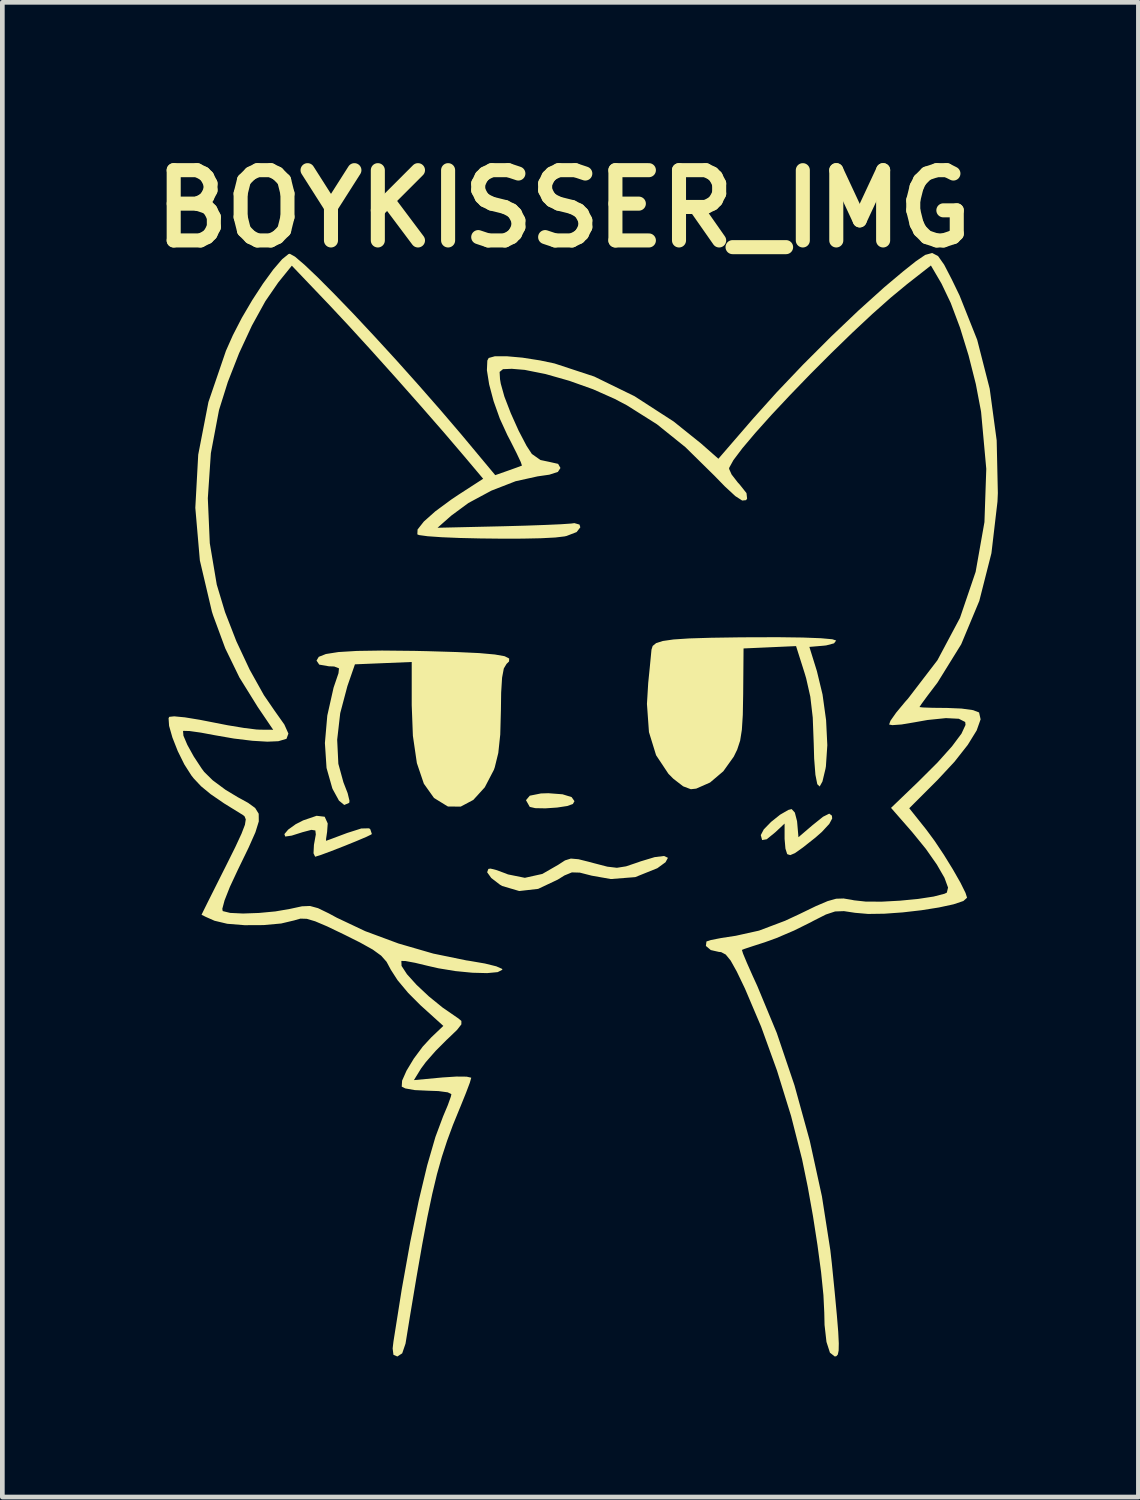
<source format=kicad_pcb>
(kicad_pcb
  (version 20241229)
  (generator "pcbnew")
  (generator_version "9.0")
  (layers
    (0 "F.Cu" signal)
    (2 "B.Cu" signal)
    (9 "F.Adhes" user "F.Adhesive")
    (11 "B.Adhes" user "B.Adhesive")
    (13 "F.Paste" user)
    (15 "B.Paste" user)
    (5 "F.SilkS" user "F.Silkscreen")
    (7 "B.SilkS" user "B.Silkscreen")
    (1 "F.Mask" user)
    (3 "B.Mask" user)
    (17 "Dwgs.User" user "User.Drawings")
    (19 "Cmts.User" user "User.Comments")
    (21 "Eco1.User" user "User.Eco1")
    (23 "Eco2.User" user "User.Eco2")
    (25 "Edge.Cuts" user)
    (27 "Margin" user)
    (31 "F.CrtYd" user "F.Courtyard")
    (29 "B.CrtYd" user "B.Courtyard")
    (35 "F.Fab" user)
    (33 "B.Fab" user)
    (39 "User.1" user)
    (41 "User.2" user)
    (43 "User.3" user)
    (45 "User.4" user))
  (footprint "BOYKISSER_IMG"
    (layer "F.Cu")
    (at 9.379 13.204)
    (property "Reference" "BOYKISSER_IMG" (at -0.4 -11.8 0) (layer "F.SilkS") (effects (font (size 1.5 1.5) (thickness 0.3))))
    (attr board_only exclude_from_pos_files exclude_from_bom)
    (fp_poly (pts (xy -0.422 0.7) (xy -0.228 0.76) (xy -0.167 0.847) (xy -0.201 0.907) (xy -0.32 0.95) (xy -0.537 0.983) (xy -0.787 1) (xy -1.004 0.996) (xy -1.121 0.969) (xy -1.122 0.968) (xy -1.202 0.826) (xy -1.121 0.73) (xy -0.883 0.682) (xy -0.725 0.677)) (stroke (width 0) (type solid)) (fill yes) (layer "F.SilkS"))
    (fp_poly (pts (xy 4.537 1.091) (xy 4.584 1.274) (xy 4.588 1.316) (xy 4.614 1.616) (xy 4.911 1.362) (xy 5.139 1.179) (xy 5.271 1.113) (xy 5.328 1.156) (xy 5.334 1.217) (xy 5.272 1.332) (xy 5.114 1.503) (xy 4.974 1.626) (xy 4.707 1.837) (xy 4.539 1.956) (xy 4.44 1.998) (xy 4.381 1.981) (xy 4.372 1.973) (xy 4.336 1.859) (xy 4.318 1.652) (xy 4.318 1.622) (xy 4.318 1.325) (xy 4.122 1.509) (xy 3.937 1.66) (xy 3.838 1.677) (xy 3.81 1.571) (xy 3.874 1.449) (xy 4.03 1.289) (xy 4.223 1.135) (xy 4.4 1.033) (xy 4.469 1.016)) (stroke (width 0) (type solid)) (fill yes) (layer "F.SilkS"))
    (fp_poly (pts (xy -5.499 1.179) (xy -5.434 1.322) (xy -5.447 1.503) (xy -5.469 1.651) (xy -5.47 1.693) (xy -5.393 1.666) (xy -5.204 1.595) (xy -5.02 1.526) (xy -4.718 1.43) (xy -4.551 1.426) (xy -4.525 1.447) (xy -4.493 1.543) (xy -4.5 1.556) (xy -4.609 1.609) (xy -4.821 1.699) (xy -5.085 1.806) (xy -5.352 1.91) (xy -5.572 1.992) (xy -5.695 2.031) (xy -5.703 2.032) (xy -5.737 1.959) (xy -5.728 1.779) (xy -5.718 1.724) (xy -5.688 1.557) (xy -5.698 1.472) (xy -5.782 1.459) (xy -5.971 1.509) (xy -6.202 1.582) (xy -6.34 1.602) (xy -6.359 1.55) (xy -6.278 1.454) (xy -6.118 1.339) (xy -5.958 1.257) (xy -5.671 1.159)) (stroke (width 0) (type solid)) (fill yes) (layer "F.SilkS"))
    (fp_poly (pts (xy 1.828 2.056) (xy 1.777 2.15) (xy 1.602 2.278) (xy 1.13 2.468) (xy 0.609 2.509) (xy 0.201 2.437) (xy -0.053 2.372) (xy -0.222 2.367) (xy -0.382 2.433) (xy -0.523 2.521) (xy -0.942 2.719) (xy -1.346 2.765) (xy -1.711 2.657) (xy -1.757 2.63) (xy -1.943 2.487) (xy -2.031 2.364) (xy -2.005 2.293) (xy -1.958 2.286) (xy -1.837 2.316) (xy -1.633 2.391) (xy -1.587 2.41) (xy -1.226 2.483) (xy -0.853 2.4) (xy -0.514 2.205) (xy -0.369 2.111) (xy -0.244 2.072) (xy -0.082 2.086) (xy 0.174 2.15) (xy 0.246 2.17) (xy 0.535 2.245) (xy 0.739 2.269) (xy 0.934 2.238) (xy 1.195 2.15) (xy 1.244 2.132) (xy 1.546 2.041) (xy 1.746 2.017)) (stroke (width 0) (type solid)) (fill yes) (layer "F.SilkS"))
    (fp_poly (pts (xy -3.587 -2.361) (xy -3.31 -2.355) (xy -2.678 -2.336) (xy -2.201 -2.314) (xy -1.866 -2.284) (xy -1.657 -2.247) (xy -1.561 -2.198) (xy -1.563 -2.136) (xy -1.617 -2.083) (xy -1.675 -1.986) (xy -1.712 -1.79) (xy -1.732 -1.468) (xy -1.737 -1.101) (xy -1.751 -0.577) (xy -1.793 -0.182) (xy -1.868 0.123) (xy -1.887 0.178) (xy -2.082 0.552) (xy -2.326 0.82) (xy -2.595 0.963) (xy -2.863 0.961) (xy -2.879 0.955) (xy -3.165 0.779) (xy -3.382 0.474) (xy -3.531 0.034) (xy -3.616 -0.549) (xy -3.641 -1.204) (xy -3.641 -2.124) (xy -4.247 -2.099) (xy -4.853 -2.074) (xy -5.014 -1.609) (xy -5.167 -1.032) (xy -5.232 -0.464) (xy -5.207 0.049) (xy -5.099 0.443) (xy -5.009 0.675) (xy -4.969 0.839) (xy -4.975 0.883) (xy -5.081 0.928) (xy -5.194 0.835) (xy -5.327 0.592) (xy -5.336 0.572) (xy -5.459 0.138) (xy -5.494 -0.394) (xy -5.443 -0.98) (xy -5.309 -1.576) (xy -5.204 -1.884) (xy -5.193 -1.988) (xy -5.296 -2.028) (xy -5.41 -2.032) (xy -5.615 -2.068) (xy -5.673 -2.154) (xy -5.625 -2.234) (xy -5.473 -2.294) (xy -5.206 -2.336) (xy -4.811 -2.36) (xy -4.275 -2.368)) (stroke (width 0) (type solid)) (fill yes) (layer "F.SilkS"))
    (fp_poly (pts (xy 4.706 -2.646) (xy 5.096 -2.631) (xy 5.338 -2.609) (xy 5.419 -2.582) (xy 5.373 -2.522) (xy 5.207 -2.478) (xy 5.154 -2.472) (xy 4.847 -2.446) (xy 5.008 -1.928) (xy 5.128 -1.43) (xy 5.204 -0.881) (xy 5.23 -0.348) (xy 5.2 0.103) (xy 5.191 0.156) (xy 5.126 0.427) (xy 5.067 0.534) (xy 5.016 0.485) (xy 4.976 0.284) (xy 4.949 -0.063) (xy 4.94 -0.381) (xy 4.919 -0.938) (xy 4.867 -1.384) (xy 4.778 -1.777) (xy 4.745 -1.888) (xy 4.563 -2.463) (xy 4.003 -2.438) (xy 3.442 -2.413) (xy 3.434 -1.439) (xy 3.426 -0.994) (xy 3.406 -0.677) (xy 3.369 -0.444) (xy 3.307 -0.255) (xy 3.233 -0.103) (xy 3.01 0.209) (xy 2.727 0.449) (xy 2.432 0.579) (xy 2.317 0.592) (xy 2.153 0.53) (xy 1.943 0.368) (xy 1.838 0.262) (xy 1.575 -0.134) (xy 1.423 -0.627) (xy 1.38 -1.229) (xy 1.407 -1.676) (xy 1.439 -1.994) (xy 1.463 -2.243) (xy 1.476 -2.378) (xy 1.477 -2.388) (xy 1.502 -2.466) (xy 1.576 -2.527) (xy 1.718 -2.572) (xy 1.948 -2.605) (xy 2.284 -2.627) (xy 2.747 -2.641) (xy 3.355 -2.65) (xy 3.523 -2.651) (xy 4.179 -2.653)) (stroke (width 0) (type solid)) (fill yes) (layer "F.SilkS"))
    (fp_poly (pts (xy 7.594 -10.788) (xy 7.724 -10.604) (xy 7.886 -10.291) (xy 8.052 -9.948) (xy 8.429 -9.001) (xy 8.696 -7.957) (xy 8.845 -6.854) (xy 8.87 -5.73) (xy 8.862 -5.546) (xy 8.733 -4.446) (xy 8.474 -3.427) (xy 8.088 -2.502) (xy 7.582 -1.685) (xy 7.539 -1.628) (xy 7.366 -1.4) (xy 7.243 -1.232) (xy 7.197 -1.162) (xy 7.274 -1.153) (xy 7.478 -1.146) (xy 7.766 -1.143) (xy 7.785 -1.143) (xy 8.096 -1.13) (xy 8.341 -1.096) (xy 8.469 -1.047) (xy 8.502 -0.9) (xy 8.418 -0.663) (xy 8.228 -0.355) (xy 7.945 0.005) (xy 7.584 0.393) (xy 6.979 0.998) (xy 7.341 1.452) (xy 7.521 1.696) (xy 7.719 1.993) (xy 7.91 2.303) (xy 8.072 2.587) (xy 8.18 2.805) (xy 8.213 2.908) (xy 8.134 2.978) (xy 7.922 3.049) (xy 7.611 3.116) (xy 7.239 3.175) (xy 6.839 3.221) (xy 6.448 3.249) (xy 6.101 3.254) (xy 5.835 3.231) (xy 5.83 3.231) (xy 5.585 3.194) (xy 5.396 3.201) (xy 5.2 3.266) (xy 4.933 3.401) (xy 4.876 3.432) (xy 4.523 3.607) (xy 4.144 3.769) (xy 3.895 3.859) (xy 3.64 3.941) (xy 3.462 4) (xy 3.407 4.022) (xy 3.431 4.1) (xy 3.513 4.297) (xy 3.639 4.581) (xy 3.735 4.791) (xy 4.151 5.794) (xy 4.529 6.912) (xy 4.855 8.093) (xy 5.115 9.282) (xy 5.294 10.428) (xy 5.326 10.71) (xy 5.389 11.341) (xy 5.434 11.823) (xy 5.463 12.176) (xy 5.475 12.42) (xy 5.472 12.574) (xy 5.454 12.659) (xy 5.422 12.694) (xy 5.389 12.7) (xy 5.286 12.619) (xy 5.212 12.389) (xy 5.171 12.028) (xy 5.165 11.761) (xy 5.147 11.392) (xy 5.097 10.899) (xy 5.02 10.323) (xy 4.924 9.704) (xy 4.813 9.084) (xy 4.694 8.504) (xy 4.694 8.502) (xy 4.457 7.569) (xy 4.157 6.6) (xy 3.818 5.662) (xy 3.472 4.847) (xy 3.297 4.483) (xy 3.167 4.25) (xy 3.062 4.121) (xy 2.964 4.069) (xy 2.914 4.064) (xy 2.743 4.025) (xy 2.638 3.937) (xy 2.65 3.842) (xy 2.748 3.81) (xy 2.969 3.767) (xy 3.263 3.722) (xy 3.272 3.721) (xy 3.772 3.61) (xy 4.328 3.4) (xy 4.631 3.259) (xy 4.988 3.086) (xy 5.237 2.98) (xy 5.419 2.929) (xy 5.577 2.924) (xy 5.752 2.953) (xy 5.8 2.963) (xy 6.047 2.99) (xy 6.39 2.992) (xy 6.779 2.971) (xy 7.165 2.934) (xy 7.499 2.883) (xy 7.731 2.823) (xy 7.781 2.799) (xy 7.807 2.691) (xy 7.731 2.483) (xy 7.568 2.2) (xy 7.333 1.865) (xy 7.039 1.504) (xy 7.02 1.482) (xy 6.59 0.99) (xy 7.172 0.431) (xy 7.581 0.023) (xy 7.891 -0.323) (xy 8.094 -0.595) (xy 8.18 -0.781) (xy 8.173 -0.843) (xy 8.037 -0.912) (xy 7.762 -0.926) (xy 7.37 -0.886) (xy 7.082 -0.835) (xy 6.814 -0.79) (xy 6.618 -0.776) (xy 6.549 -0.789) (xy 6.578 -0.87) (xy 6.699 -1.042) (xy 6.889 -1.271) (xy 6.953 -1.343) (xy 7.58 -2.161) (xy 8.061 -3.064) (xy 8.396 -4.048) (xy 8.584 -5.11) (xy 8.623 -6.246) (xy 8.513 -7.453) (xy 8.51 -7.476) (xy 8.4 -8.056) (xy 8.245 -8.668) (xy 8.062 -9.261) (xy 7.864 -9.788) (xy 7.668 -10.199) (xy 7.653 -10.225) (xy 7.441 -10.587) (xy 6.925 -10.183) (xy 6.583 -9.9) (xy 6.189 -9.55) (xy 5.76 -9.149) (xy 5.313 -8.715) (xy 4.866 -8.267) (xy 4.436 -7.822) (xy 4.039 -7.399) (xy 3.694 -7.014) (xy 3.417 -6.686) (xy 3.226 -6.433) (xy 3.137 -6.272) (xy 3.133 -6.247) (xy 3.187 -6.126) (xy 3.322 -5.952) (xy 3.361 -5.91) (xy 3.505 -5.728) (xy 3.518 -5.61) (xy 3.495 -5.578) (xy 3.413 -5.57) (xy 3.267 -5.664) (xy 3.043 -5.871) (xy 2.823 -6.097) (xy 2.2 -6.71) (xy 1.592 -7.199) (xy 0.953 -7.602) (xy 0.689 -7.741) (xy 0.23 -7.945) (xy -0.278 -8.126) (xy -0.781 -8.269) (xy -1.229 -8.359) (xy -1.505 -8.382) (xy -1.693 -8.374) (xy -1.765 -8.315) (xy -1.756 -8.158) (xy -1.74 -8.065) (xy -1.663 -7.789) (xy -1.526 -7.433) (xy -1.359 -7.061) (xy -1.19 -6.738) (xy -1.077 -6.565) (xy -0.893 -6.435) (xy -0.708 -6.396) (xy -0.516 -6.353) (xy -0.466 -6.265) (xy -0.521 -6.181) (xy -0.703 -6.122) (xy -0.954 -6.086) (xy -1.424 -5.982) (xy -1.939 -5.782) (xy -2.43 -5.518) (xy -2.794 -5.25) (xy -3.09 -4.989) (xy -1.693 -5.021) (xy -1.217 -5.034) (xy -0.794 -5.049) (xy -0.457 -5.064) (xy -0.236 -5.079) (xy -0.169 -5.088) (xy -0.06 -5.057) (xy -0.042 -4.999) (xy -0.121 -4.897) (xy -0.336 -4.814) (xy -0.381 -4.804) (xy -0.576 -4.781) (xy -0.887 -4.765) (xy -1.279 -4.757) (xy -1.72 -4.756) (xy -2.177 -4.761) (xy -2.615 -4.771) (xy -3.001 -4.787) (xy -3.302 -4.808) (xy -3.484 -4.833) (xy -3.521 -4.848) (xy -3.516 -4.952) (xy -3.382 -5.122) (xy -3.136 -5.341) (xy -2.798 -5.59) (xy -2.646 -5.692) (xy -2.116 -6.035) (xy -2.516 -6.51) (xy -2.953 -7.022) (xy -3.455 -7.597) (xy -3.986 -8.197) (xy -4.513 -8.784) (xy -5.002 -9.319) (xy -5.42 -9.766) (xy -5.45 -9.797) (xy -6.2 -10.583) (xy -6.491 -10.223) (xy -6.766 -9.823) (xy -7.052 -9.304) (xy -7.326 -8.714) (xy -7.566 -8.101) (xy -7.751 -7.512) (xy -7.757 -7.487) (xy -7.928 -6.582) (xy -7.993 -5.618) (xy -7.951 -4.659) (xy -7.801 -3.768) (xy -7.8 -3.768) (xy -7.626 -3.189) (xy -7.384 -2.567) (xy -7.098 -1.957) (xy -6.796 -1.416) (xy -6.569 -1.085) (xy -6.36 -0.79) (xy -6.273 -0.596) (xy -6.314 -0.484) (xy -6.487 -0.433) (xy -6.722 -0.423) (xy -7.041 -0.442) (xy -7.438 -0.49) (xy -7.828 -0.558) (xy -7.829 -0.558) (xy -8.14 -0.616) (xy -8.382 -0.65) (xy -8.512 -0.654) (xy -8.522 -0.65) (xy -8.514 -0.551) (xy -8.431 -0.356) (xy -8.294 -0.108) (xy -8.125 0.149) (xy -8.071 0.222) (xy -7.889 0.401) (xy -7.617 0.603) (xy -7.357 0.76) (xy -7.133 0.883) (xy -6.983 0.992) (xy -6.907 1.115) (xy -6.905 1.279) (xy -6.977 1.511) (xy -7.123 1.84) (xy -7.343 2.293) (xy -7.352 2.312) (xy -7.523 2.678) (xy -7.636 2.965) (xy -7.684 3.145) (xy -7.675 3.193) (xy -7.516 3.232) (xy -7.241 3.245) (xy -6.902 3.233) (xy -6.55 3.2) (xy -6.237 3.146) (xy -6.215 3.141) (xy -5.984 3.091) (xy -5.812 3.084) (xy -5.64 3.131) (xy -5.409 3.243) (xy -5.241 3.334) (xy -4.632 3.622) (xy -3.923 3.885) (xy -3.182 4.1) (xy -2.477 4.245) (xy -2.41 4.255) (xy -2.079 4.312) (xy -1.836 4.372) (xy -1.713 4.426) (xy -1.705 4.445) (xy -1.806 4.496) (xy -2.032 4.517) (xy -2.345 4.509) (xy -2.705 4.474) (xy -3.071 4.414) (xy -3.29 4.364) (xy -3.569 4.297) (xy -3.775 4.259) (xy -3.862 4.257) (xy -3.858 4.363) (xy -3.742 4.541) (xy -3.539 4.766) (xy -3.276 5.013) (xy -2.978 5.255) (xy -2.67 5.467) (xy -2.658 5.475) (xy -2.581 5.537) (xy -2.581 5.611) (xy -2.673 5.729) (xy -2.875 5.923) (xy -2.894 5.94) (xy -3.132 6.179) (xy -3.339 6.415) (xy -3.442 6.554) (xy -3.594 6.801) (xy -2.982 6.744) (xy -2.686 6.725) (xy -2.469 6.727) (xy -2.372 6.749) (xy -2.371 6.753) (xy -2.401 6.858) (xy -2.483 7.075) (xy -2.598 7.36) (xy -2.619 7.41) (xy -2.761 7.758) (xy -2.885 8.094) (xy -2.997 8.437) (xy -3.102 8.809) (xy -3.203 9.232) (xy -3.307 9.725) (xy -3.417 10.31) (xy -3.539 11.008) (xy -3.678 11.84) (xy -3.773 12.425) (xy -3.844 12.633) (xy -3.948 12.7) (xy -4.031 12.664) (xy -4.048 12.528) (xy -4.031 12.383) (xy -3.854 11.266) (xy -3.673 10.259) (xy -3.491 9.373) (xy -3.311 8.621) (xy -3.135 8.014) (xy -2.972 7.577) (xy -2.87 7.334) (xy -2.806 7.155) (xy -2.794 7.101) (xy -2.871 7.062) (xy -3.071 7.035) (xy -3.297 7.027) (xy -3.575 7.014) (xy -3.779 6.978) (xy -3.854 6.94) (xy -3.846 6.812) (xy -3.752 6.6) (xy -3.597 6.343) (xy -3.406 6.086) (xy -3.226 5.891) (xy -2.966 5.644) (xy -3.457 5.2) (xy -3.718 4.938) (xy -3.944 4.667) (xy -4.088 4.443) (xy -4.094 4.431) (xy -4.178 4.275) (xy -4.293 4.145) (xy -4.472 4.015) (xy -4.747 3.862) (xy -5.069 3.701) (xy -5.443 3.521) (xy -5.702 3.411) (xy -5.881 3.358) (xy -6.016 3.354) (xy -6.14 3.389) (xy -6.145 3.391) (xy -6.428 3.458) (xy -6.804 3.492) (xy -7.209 3.494) (xy -7.578 3.464) (xy -7.847 3.4) (xy -7.853 3.398) (xy -8.034 3.318) (xy -8.124 3.273) (xy -8.127 3.271) (xy -8.09 3.195) (xy -7.992 2.997) (xy -7.845 2.704) (xy -7.664 2.343) (xy -7.614 2.244) (xy -7.408 1.83) (xy -7.274 1.541) (xy -7.201 1.351) (xy -7.183 1.235) (xy -7.21 1.169) (xy -7.243 1.143) (xy -7.646 0.894) (xy -7.933 0.697) (xy -8.139 0.527) (xy -8.297 0.358) (xy -8.344 0.298) (xy -8.494 0.063) (xy -8.635 -0.222) (xy -8.749 -0.512) (xy -8.82 -0.761) (xy -8.831 -0.924) (xy -8.816 -0.953) (xy -8.711 -0.964) (xy -8.481 -0.942) (xy -8.164 -0.89) (xy -7.954 -0.849) (xy -7.572 -0.774) (xy -7.221 -0.716) (xy -6.956 -0.683) (xy -6.876 -0.679) (xy -6.598 -0.677) (xy -6.928 -1.164) (xy -7.318 -1.792) (xy -7.621 -2.415) (xy -7.879 -3.115) (xy -7.906 -3.199) (xy -8.163 -4.292) (xy -8.26 -5.415) (xy -8.198 -6.549) (xy -7.98 -7.673) (xy -7.606 -8.767) (xy -7.457 -9.102) (xy -7.267 -9.47) (xy -7.046 -9.846) (xy -6.816 -10.199) (xy -6.596 -10.501) (xy -6.407 -10.721) (xy -6.271 -10.831) (xy -6.243 -10.837) (xy -6.133 -10.776) (xy -5.928 -10.601) (xy -5.642 -10.329) (xy -5.289 -9.974) (xy -4.883 -9.553) (xy -4.441 -9.08) (xy -3.975 -8.572) (xy -3.501 -8.042) (xy -3.033 -7.508) (xy -2.585 -6.984) (xy -2.469 -6.845) (xy -1.858 -6.112) (xy -1.585 -6.208) (xy -1.395 -6.276) (xy -1.291 -6.315) (xy -1.288 -6.316) (xy -1.313 -6.391) (xy -1.402 -6.58) (xy -1.537 -6.848) (xy -1.598 -6.964) (xy -1.76 -7.317) (xy -1.893 -7.691) (xy -1.988 -8.049) (xy -2.036 -8.351) (xy -2.027 -8.558) (xy -1.998 -8.613) (xy -1.868 -8.649) (xy -1.614 -8.65) (xy -1.278 -8.62) (xy -0.901 -8.561) (xy -0.593 -8.496) (xy 0.255 -8.217) (xy 1.115 -7.797) (xy 1.95 -7.257) (xy 2.532 -6.79) (xy 2.905 -6.462) (xy 3.643 -7.316) (xy 4.143 -7.873) (xy 4.709 -8.468) (xy 5.305 -9.064) (xy 5.896 -9.627) (xy 6.445 -10.122) (xy 6.846 -10.459) (xy 7.121 -10.678) (xy 7.319 -10.813) (xy 7.468 -10.854)) (stroke (width 0) (type solid)) (fill yes) (layer "F.SilkS")))
  (gr_rect
    (start -3 -3)
    (end 21.249 28.904)
    (stroke (width 0.1) (type default))
    (fill no)
    (layer "Edge.Cuts")))
</source>
